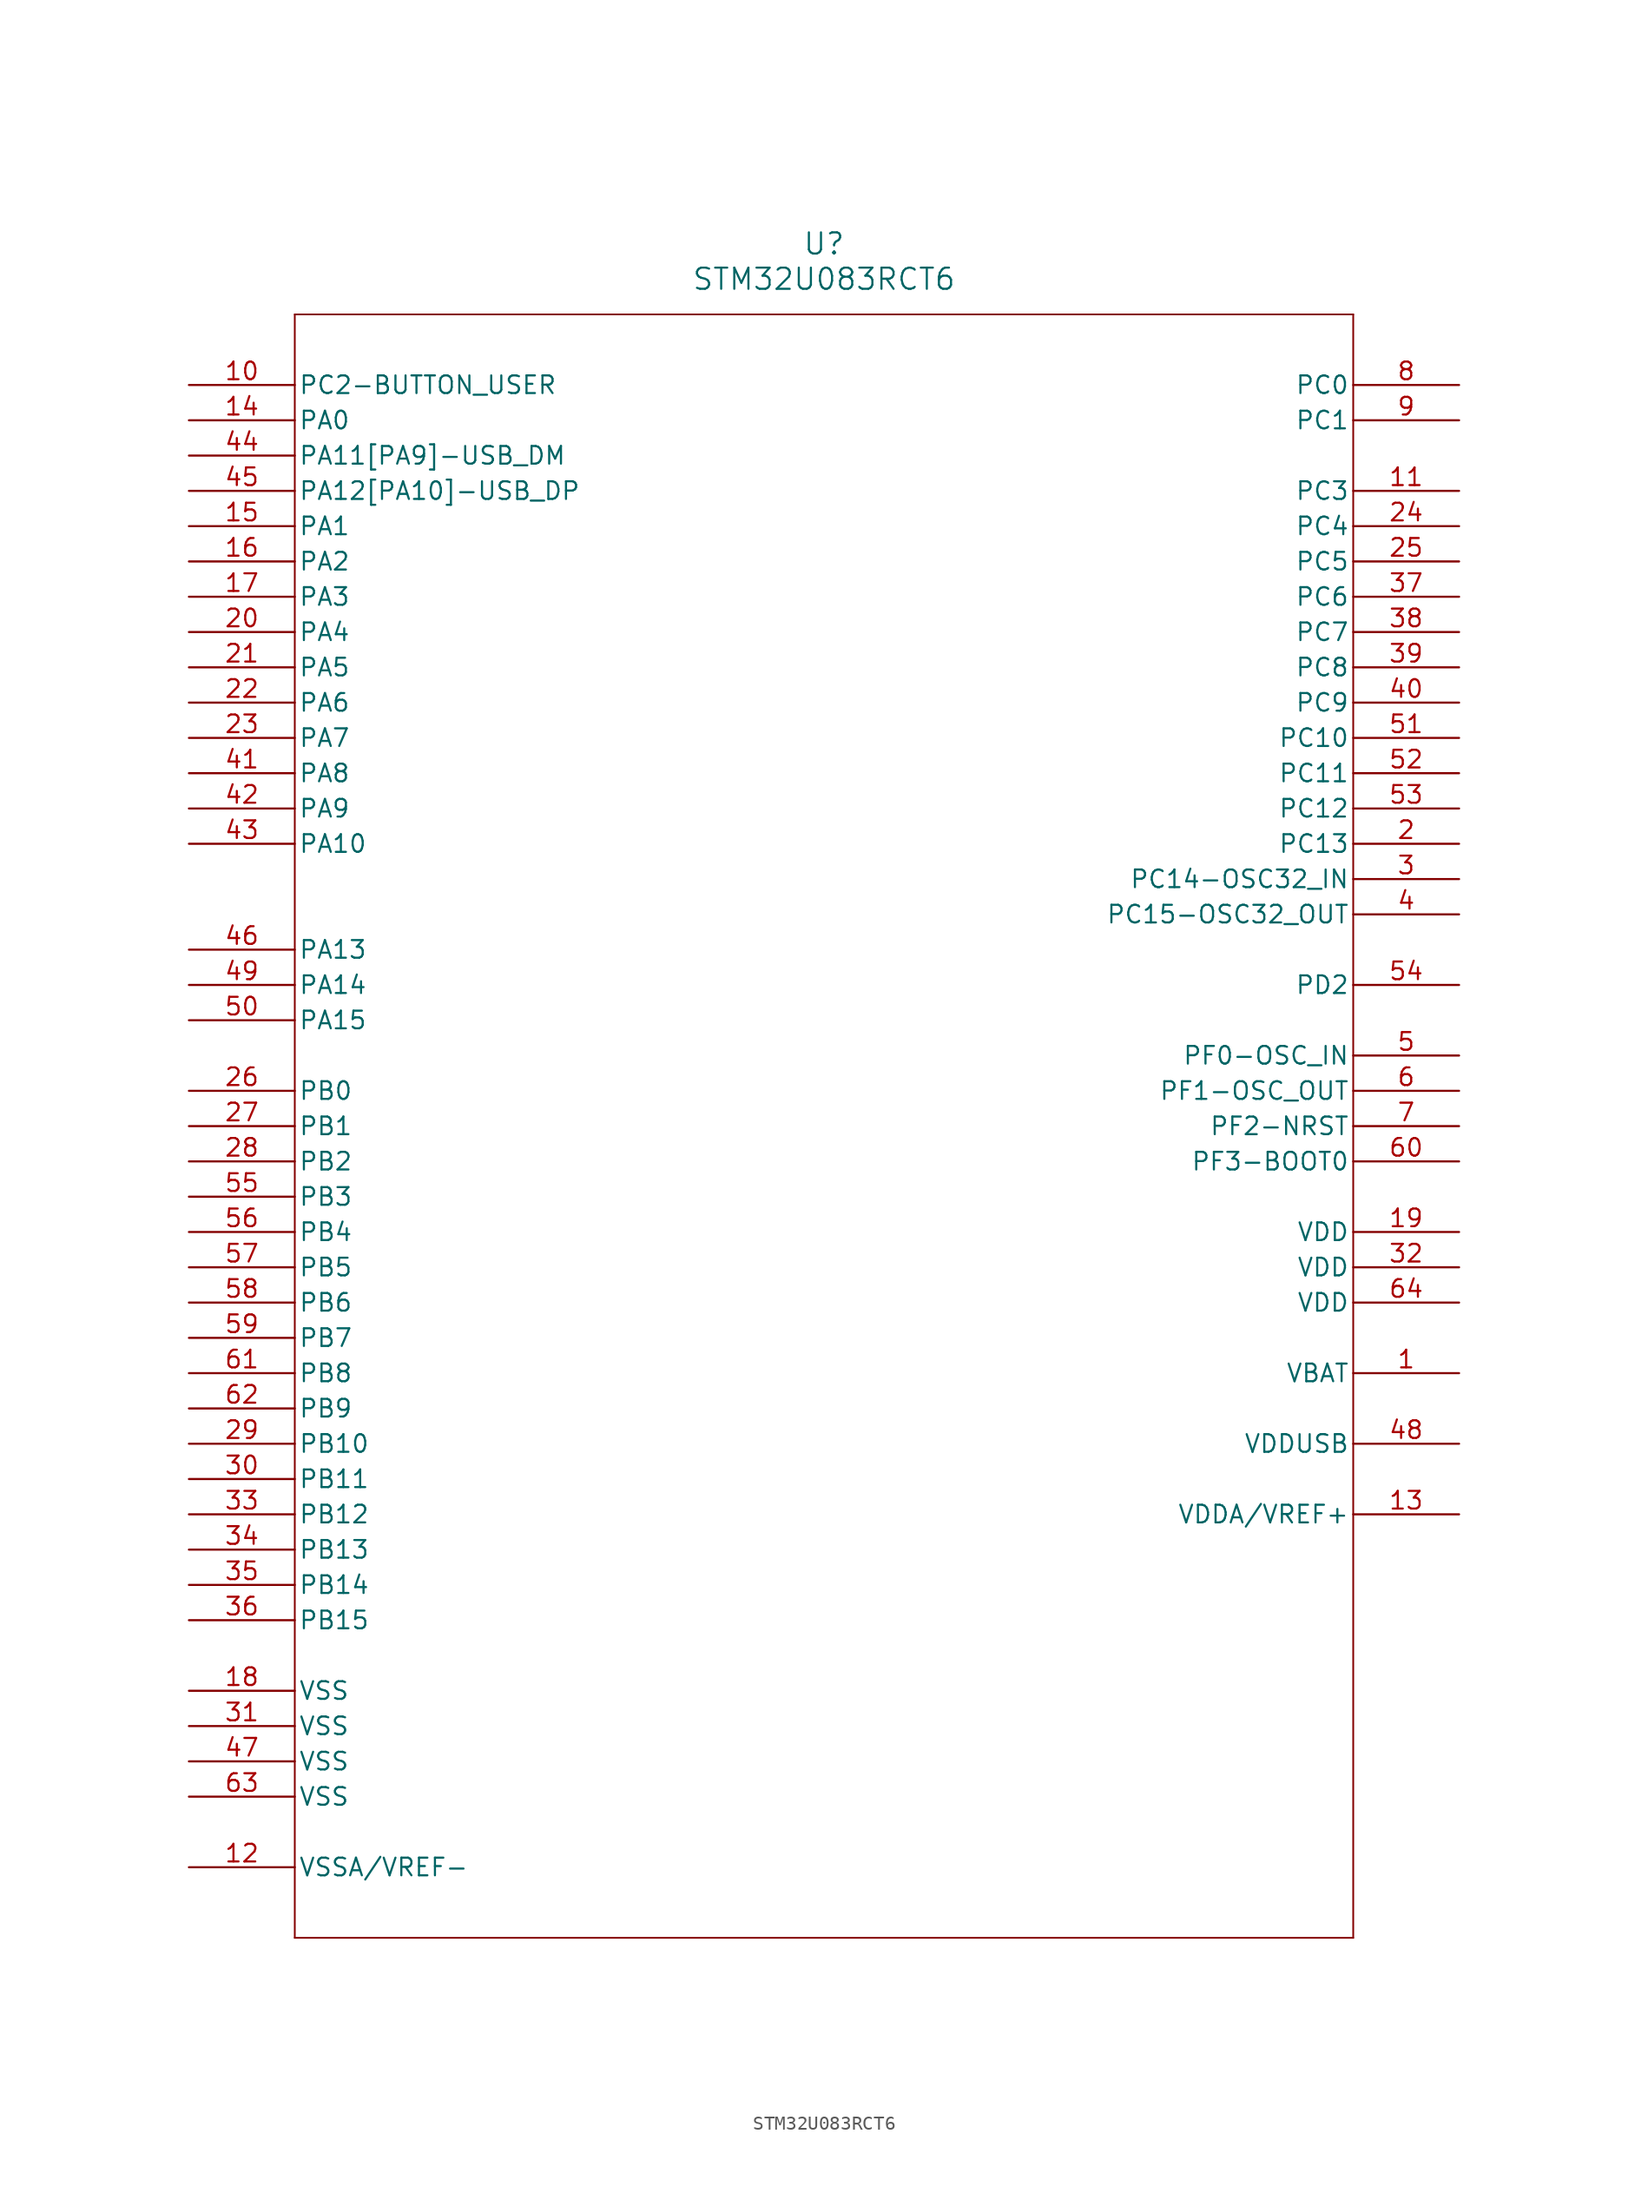
<source format=kicad_sym>
(kicad_symbol_lib
  (version 20211014)
  (generator kicad_symbol_editor)
  (symbol "STM32U083RCT6"
    (pin_names
      (offset 0.254))
    (property "Reference" "U"
      (at 45.72 10.16 0)
      (effects (font (size 1.524 1.524))))
    (property "Value" "STM32U083RCT6"
      (at 45.72 7.62 0)
      (effects (font (size 1.524 1.524))))
    (symbol "STM32U083RCT6_0_1"
      (polyline (pts (xy 7.62 5.08) (xy 7.62 -111.76)) (stroke (width 0.127) (type default) (color 0 0 0 0)) (fill (type none)))
      (polyline (pts (xy 7.62 -111.76) (xy 83.82 -111.76)) (stroke (width 0.127) (type default) (color 0 0 0 0)) (fill (type none)))
      (polyline (pts (xy 83.82 -111.76) (xy 83.82 5.08)) (stroke (width 0.127) (type default) (color 0 0 0 0)) (fill (type none)))
      (polyline (pts (xy 83.82 5.08) (xy 7.62 5.08)) (stroke (width 0.127) (type default) (color 0 0 0 0)) (fill (type none)))
      (pin power_in line (at 91.44 -71.12 180) (length 7.62) (name "VBAT" (effects (font (size 1.27 1.27)))) (number "1" (effects (font (size 1.27 1.27)))))
      (pin bidirectional line (at 91.44 -33.02 180) (length 7.62) (name "PC13" (effects (font (size 1.27 1.27)))) (number "2" (effects (font (size 1.27 1.27)))))
      (pin bidirectional line (at 91.44 -35.56 180) (length 7.62) (name "PC14-OSC32_IN" (effects (font (size 1.27 1.27)))) (number "3" (effects (font (size 1.27 1.27)))))
      (pin bidirectional line (at 91.44 -38.1 180) (length 7.62) (name "PC15-OSC32_OUT" (effects (font (size 1.27 1.27)))) (number "4" (effects (font (size 1.27 1.27)))))
      (pin bidirectional line (at 91.44 -48.26 180) (length 7.62) (name "PF0-OSC_IN" (effects (font (size 1.27 1.27)))) (number "5" (effects (font (size 1.27 1.27)))))
      (pin bidirectional line (at 91.44 -50.8 180) (length 7.62) (name "PF1-OSC_OUT" (effects (font (size 1.27 1.27)))) (number "6" (effects (font (size 1.27 1.27)))))
      (pin bidirectional line (at 91.44 -53.34 180) (length 7.62) (name "PF2-NRST" (effects (font (size 1.27 1.27)))) (number "7" (effects (font (size 1.27 1.27)))))
      (pin bidirectional line (at 91.44 0 180) (length 7.62) (name "PC0" (effects (font (size 1.27 1.27)))) (number "8" (effects (font (size 1.27 1.27)))))
      (pin bidirectional line (at 91.44 -2.54 180) (length 7.62) (name "PC1" (effects (font (size 1.27 1.27)))) (number "9" (effects (font (size 1.27 1.27)))))
      (pin unspecified line (at 0 0 0) (length 7.62) (name "PC2-BUTTON_USER" (effects (font (size 1.27 1.27)))) (number "10" (effects (font (size 1.27 1.27)))))
      (pin bidirectional line (at 91.44 -7.62 180) (length 7.62) (name "PC3" (effects (font (size 1.27 1.27)))) (number "11" (effects (font (size 1.27 1.27)))))
      (pin power_in line (at 0 -106.68 0) (length 7.62) (name "VSSA/VREF-" (effects (font (size 1.27 1.27)))) (number "12" (effects (font (size 1.27 1.27)))))
      (pin power_in line (at 91.44 -81.28 180) (length 7.62) (name "VDDA/VREF+" (effects (font (size 1.27 1.27)))) (number "13" (effects (font (size 1.27 1.27)))))
      (pin bidirectional line (at 0 -2.54 0) (length 7.62) (name "PA0" (effects (font (size 1.27 1.27)))) (number "14" (effects (font (size 1.27 1.27)))))
      (pin bidirectional line (at 0 -10.16 0) (length 7.62) (name "PA1" (effects (font (size 1.27 1.27)))) (number "15" (effects (font (size 1.27 1.27)))))
      (pin bidirectional line (at 0 -12.7 0) (length 7.62) (name "PA2" (effects (font (size 1.27 1.27)))) (number "16" (effects (font (size 1.27 1.27)))))
      (pin bidirectional line (at 0 -15.24 0) (length 7.62) (name "PA3" (effects (font (size 1.27 1.27)))) (number "17" (effects (font (size 1.27 1.27)))))
      (pin power_in line (at 0 -93.98 0) (length 7.62) (name "VSS" (effects (font (size 1.27 1.27)))) (number "18" (effects (font (size 1.27 1.27)))))
      (pin power_in line (at 91.44 -60.96 180) (length 7.62) (name "VDD" (effects (font (size 1.27 1.27)))) (number "19" (effects (font (size 1.27 1.27)))))
      (pin bidirectional line (at 0 -17.78 0) (length 7.62) (name "PA4" (effects (font (size 1.27 1.27)))) (number "20" (effects (font (size 1.27 1.27)))))
      (pin bidirectional line (at 0 -20.32 0) (length 7.62) (name "PA5" (effects (font (size 1.27 1.27)))) (number "21" (effects (font (size 1.27 1.27)))))
      (pin bidirectional line (at 0 -22.86 0) (length 7.62) (name "PA6" (effects (font (size 1.27 1.27)))) (number "22" (effects (font (size 1.27 1.27)))))
      (pin bidirectional line (at 0 -25.4 0) (length 7.62) (name "PA7" (effects (font (size 1.27 1.27)))) (number "23" (effects (font (size 1.27 1.27)))))
      (pin bidirectional line (at 91.44 -10.16 180) (length 7.62) (name "PC4" (effects (font (size 1.27 1.27)))) (number "24" (effects (font (size 1.27 1.27)))))
      (pin bidirectional line (at 91.44 -12.7 180) (length 7.62) (name "PC5" (effects (font (size 1.27 1.27)))) (number "25" (effects (font (size 1.27 1.27)))))
      (pin bidirectional line (at 0 -50.8 0) (length 7.62) (name "PB0" (effects (font (size 1.27 1.27)))) (number "26" (effects (font (size 1.27 1.27)))))
      (pin bidirectional line (at 0 -53.34 0) (length 7.62) (name "PB1" (effects (font (size 1.27 1.27)))) (number "27" (effects (font (size 1.27 1.27)))))
      (pin bidirectional line (at 0 -55.88 0) (length 7.62) (name "PB2" (effects (font (size 1.27 1.27)))) (number "28" (effects (font (size 1.27 1.27)))))
      (pin bidirectional line (at 0 -76.2 0) (length 7.62) (name "PB10" (effects (font (size 1.27 1.27)))) (number "29" (effects (font (size 1.27 1.27)))))
      (pin bidirectional line (at 0 -78.74 0) (length 7.62) (name "PB11" (effects (font (size 1.27 1.27)))) (number "30" (effects (font (size 1.27 1.27)))))
      (pin power_in line (at 0 -96.52 0) (length 7.62) (name "VSS" (effects (font (size 1.27 1.27)))) (number "31" (effects (font (size 1.27 1.27)))))
      (pin power_in line (at 91.44 -63.5 180) (length 7.62) (name "VDD" (effects (font (size 1.27 1.27)))) (number "32" (effects (font (size 1.27 1.27)))))
      (pin bidirectional line (at 0 -81.28 0) (length 7.62) (name "PB12" (effects (font (size 1.27 1.27)))) (number "33" (effects (font (size 1.27 1.27)))))
      (pin bidirectional line (at 0 -83.82 0) (length 7.62) (name "PB13" (effects (font (size 1.27 1.27)))) (number "34" (effects (font (size 1.27 1.27)))))
      (pin bidirectional line (at 0 -86.36 0) (length 7.62) (name "PB14" (effects (font (size 1.27 1.27)))) (number "35" (effects (font (size 1.27 1.27)))))
      (pin bidirectional line (at 0 -88.9 0) (length 7.62) (name "PB15" (effects (font (size 1.27 1.27)))) (number "36" (effects (font (size 1.27 1.27)))))
      (pin bidirectional line (at 91.44 -15.24 180) (length 7.62) (name "PC6" (effects (font (size 1.27 1.27)))) (number "37" (effects (font (size 1.27 1.27)))))
      (pin bidirectional line (at 91.44 -17.78 180) (length 7.62) (name "PC7" (effects (font (size 1.27 1.27)))) (number "38" (effects (font (size 1.27 1.27)))))
      (pin bidirectional line (at 91.44 -20.32 180) (length 7.62) (name "PC8" (effects (font (size 1.27 1.27)))) (number "39" (effects (font (size 1.27 1.27)))))
      (pin bidirectional line (at 91.44 -22.86 180) (length 7.62) (name "PC9" (effects (font (size 1.27 1.27)))) (number "40" (effects (font (size 1.27 1.27)))))
      (pin bidirectional line (at 0 -27.94 0) (length 7.62) (name "PA8" (effects (font (size 1.27 1.27)))) (number "41" (effects (font (size 1.27 1.27)))))
      (pin bidirectional line (at 0 -30.48 0) (length 7.62) (name "PA9" (effects (font (size 1.27 1.27)))) (number "42" (effects (font (size 1.27 1.27)))))
      (pin bidirectional line (at 0 -33.02 0) (length 7.62) (name "PA10" (effects (font (size 1.27 1.27)))) (number "43" (effects (font (size 1.27 1.27)))))
      (pin unspecified line (at 0 -5.08 0) (length 7.62) (name "PA11[PA9]-USB_DM" (effects (font (size 1.27 1.27)))) (number "44" (effects (font (size 1.27 1.27)))))
      (pin unspecified line (at 0 -7.62 0) (length 7.62) (name "PA12[PA10]-USB_DP" (effects (font (size 1.27 1.27)))) (number "45" (effects (font (size 1.27 1.27)))))
      (pin bidirectional line (at 0 -40.64 0) (length 7.62) (name "PA13" (effects (font (size 1.27 1.27)))) (number "46" (effects (font (size 1.27 1.27)))))
      (pin power_in line (at 0 -99.06 0) (length 7.62) (name "VSS" (effects (font (size 1.27 1.27)))) (number "47" (effects (font (size 1.27 1.27)))))
      (pin power_in line (at 91.44 -76.2 180) (length 7.62) (name "VDDUSB" (effects (font (size 1.27 1.27)))) (number "48" (effects (font (size 1.27 1.27)))))
      (pin bidirectional line (at 0 -43.18 0) (length 7.62) (name "PA14" (effects (font (size 1.27 1.27)))) (number "49" (effects (font (size 1.27 1.27)))))
      (pin bidirectional line (at 0 -45.72 0) (length 7.62) (name "PA15" (effects (font (size 1.27 1.27)))) (number "50" (effects (font (size 1.27 1.27)))))
      (pin bidirectional line (at 91.44 -25.4 180) (length 7.62) (name "PC10" (effects (font (size 1.27 1.27)))) (number "51" (effects (font (size 1.27 1.27)))))
      (pin bidirectional line (at 91.44 -27.94 180) (length 7.62) (name "PC11" (effects (font (size 1.27 1.27)))) (number "52" (effects (font (size 1.27 1.27)))))
      (pin bidirectional line (at 91.44 -30.48 180) (length 7.62) (name "PC12" (effects (font (size 1.27 1.27)))) (number "53" (effects (font (size 1.27 1.27)))))
      (pin bidirectional line (at 91.44 -43.18 180) (length 7.62) (name "PD2" (effects (font (size 1.27 1.27)))) (number "54" (effects (font (size 1.27 1.27)))))
      (pin bidirectional line (at 0 -58.42 0) (length 7.62) (name "PB3" (effects (font (size 1.27 1.27)))) (number "55" (effects (font (size 1.27 1.27)))))
      (pin bidirectional line (at 0 -60.96 0) (length 7.62) (name "PB4" (effects (font (size 1.27 1.27)))) (number "56" (effects (font (size 1.27 1.27)))))
      (pin bidirectional line (at 0 -63.5 0) (length 7.62) (name "PB5" (effects (font (size 1.27 1.27)))) (number "57" (effects (font (size 1.27 1.27)))))
      (pin bidirectional line (at 0 -66.04 0) (length 7.62) (name "PB6" (effects (font (size 1.27 1.27)))) (number "58" (effects (font (size 1.27 1.27)))))
      (pin bidirectional line (at 0 -68.58 0) (length 7.62) (name "PB7" (effects (font (size 1.27 1.27)))) (number "59" (effects (font (size 1.27 1.27)))))
      (pin bidirectional line (at 91.44 -55.88 180) (length 7.62) (name "PF3-BOOT0" (effects (font (size 1.27 1.27)))) (number "60" (effects (font (size 1.27 1.27)))))
      (pin bidirectional line (at 0 -71.12 0) (length 7.62) (name "PB8" (effects (font (size 1.27 1.27)))) (number "61" (effects (font (size 1.27 1.27)))))
      (pin bidirectional line (at 0 -73.66 0) (length 7.62) (name "PB9" (effects (font (size 1.27 1.27)))) (number "62" (effects (font (size 1.27 1.27)))))
      (pin power_in line (at 0 -101.6 0) (length 7.62) (name "VSS" (effects (font (size 1.27 1.27)))) (number "63" (effects (font (size 1.27 1.27)))))
      (pin power_in line (at 91.44 -66.04 180) (length 7.62) (name "VDD" (effects (font (size 1.27 1.27)))) (number "64" (effects (font (size 1.27 1.27))))))))
</source>
